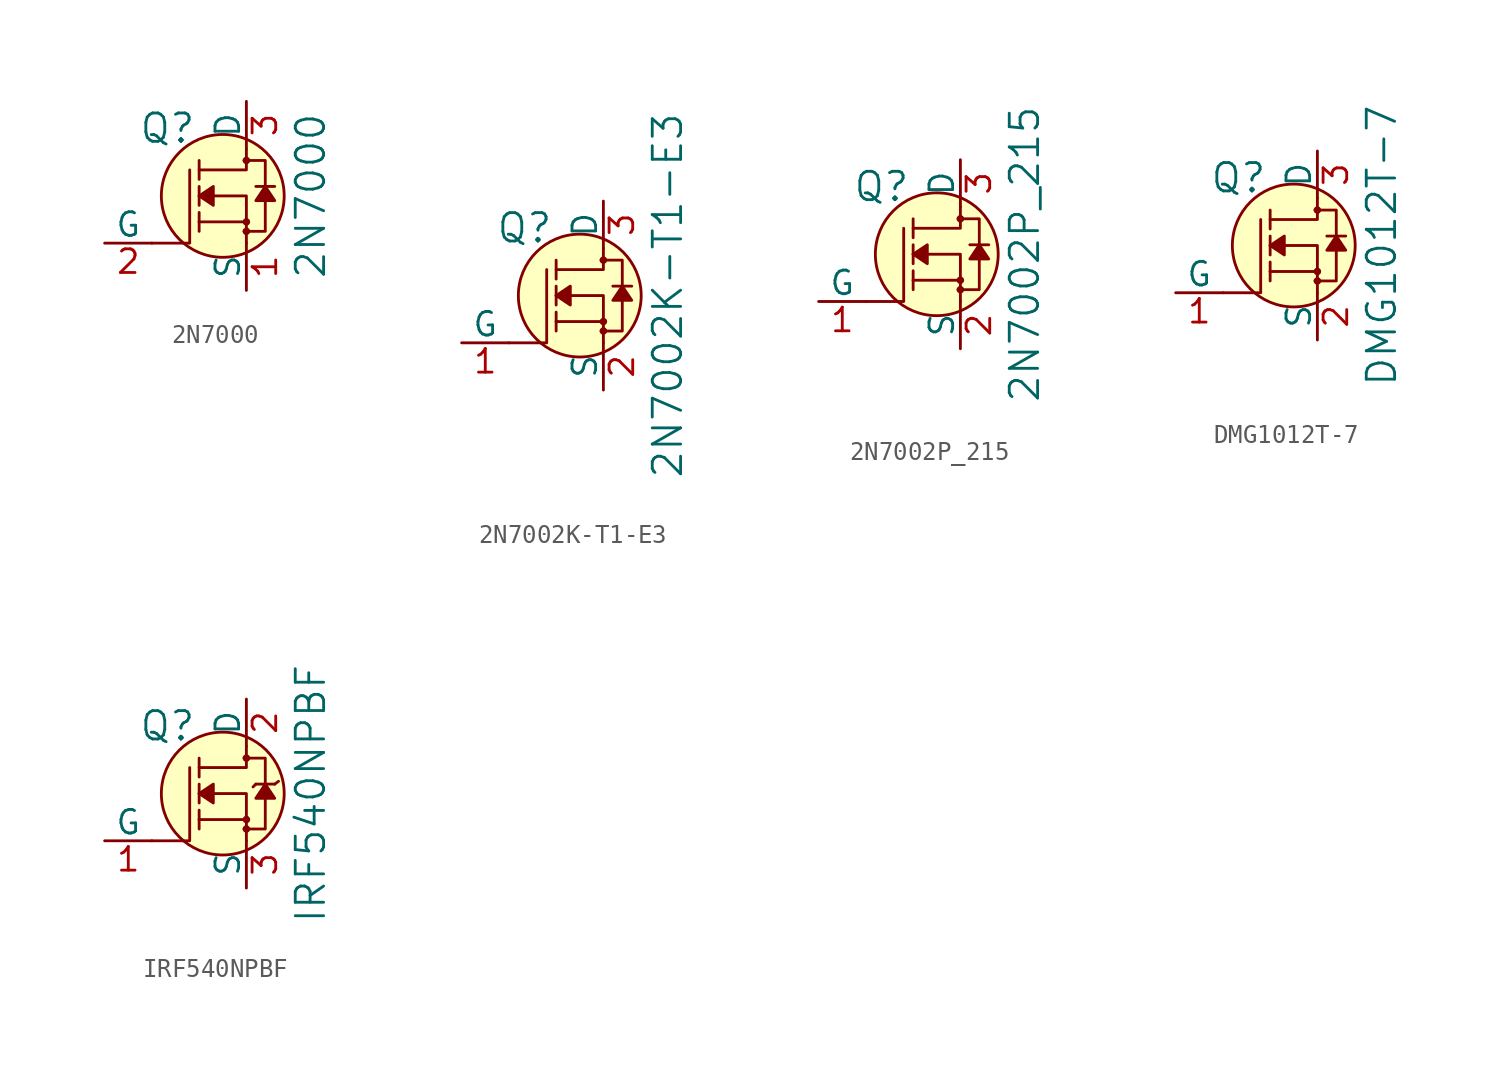
<source format=kicad_sym>
(kicad_symbol_lib
  (version 20211014)
  (generator kicad_symbol_editor)
  (symbol "2N7000"
    (pin_names
      (offset 0))
    (property "Reference" "Q"
      (at -2.692 3.632 0)
      (effects (font (size 1.524 1.524)) (justify right)))
    (property "Value" "2N7000"
      (at 3.454 0 90)
      (effects (font (size 1.524 1.524))))
    (symbol "2N7000_0_1"
      (circle (center -1.27 0) (radius 3.302) (stroke (width 0) (type default) (color 0 0 0 0)) (fill (type background)))
      (circle (center 0 -1.905) (radius 0.127) (stroke (width 0) (type default) (color 0 0 0 0)) (fill (type none)))
      (circle (center 0 -1.397) (radius 0.127) (stroke (width 0) (type default) (color 0 0 0 0)) (fill (type none)))
      (polyline (pts (xy 0 -1.397) (xy -2.54 -1.397)) (stroke (width 0) (type default) (color 0 0 0 0)) (fill (type none)))
      (polyline (pts (xy -5.08 -2.54) (xy -3.048 -2.54) (xy -3.048 1.397)) (stroke (width 0) (type default) (color 0 0 0 0)) (fill (type none)))
      (polyline (pts (xy 0 -2.54) (xy 0 0) (xy -2.54 0)) (stroke (width 0) (type default) (color 0 0 0 0)) (fill (type none)))
      (polyline (pts (xy 0 2.54) (xy 0 1.397) (xy -2.54 1.397)) (stroke (width 0) (type default) (color 0 0 0 0)) (fill (type none)))
      (polyline (pts (xy -0.127 -1.905) (xy 1.016 -1.905) (xy 1.016 1.397) (xy 1.016 1.905) (xy -0.127 1.905)) (stroke (width 0) (type default) (color 0 0 0 0)) (fill (type none)))
      (circle (center 0 1.905) (radius 0.127) (stroke (width 0) (type default) (color 0 0 0 0)) (fill (type none))))
    (symbol "2N7000_1_1"
      (polyline (pts (xy -2.54 -1.397) (xy -2.54 -1.905)) (stroke (width 0) (type default) (color 0 0 0 0)) (fill (type none)))
      (polyline (pts (xy -2.54 -1.397) (xy -2.54 -0.889)) (stroke (width 0) (type default) (color 0 0 0 0)) (fill (type none)))
      (polyline (pts (xy -2.54 0) (xy -2.54 -0.508)) (stroke (width 0) (type default) (color 0 0 0 0)) (fill (type none)))
      (polyline (pts (xy -2.54 0) (xy -2.54 0.508)) (stroke (width 0) (type default) (color 0 0 0 0)) (fill (type none)))
      (polyline (pts (xy -2.54 1.905) (xy -2.54 0.889)) (stroke (width 0) (type default) (color 0 0 0 0)) (fill (type none)))
      (polyline (pts (xy 1.524 0.508) (xy 0.508 0.508)) (stroke (width 0) (type default) (color 0 0 0 0)) (fill (type none)))
      (polyline (pts (xy -2.54 0) (xy -1.778 0.508) (xy -1.778 -0.508) (xy -2.54 0)) (stroke (width 0) (type default) (color 0 0 0 0)) (fill (type outline)))
      (polyline (pts (xy 1.016 0.508) (xy 0.508 -0.254) (xy 1.524 -0.254) (xy 1.016 0.508)) (stroke (width 0) (type default) (color 0 0 0 0)) (fill (type outline)))
      (pin bidirectional line (at 0 -5.08 90) (length 2.54) (name "S" (effects (font (size 1.27 1.27)))) (number "1" (effects (font (size 1.27 1.27)))))
      (pin bidirectional line (at -7.62 -2.54 0) (length 2.54) (name "G" (effects (font (size 1.27 1.27)))) (number "2" (effects (font (size 1.27 1.27)))))
      (pin bidirectional line (at 0 5.08 270) (length 2.54) (name "D" (effects (font (size 1.27 1.27)))) (number "3" (effects (font (size 1.27 1.27)))))))
  (symbol "2N7002K-T1-E3"
    (pin_names
      (offset 0))
    (property "Reference" "Q"
      (at -2.692 3.632 0)
      (effects (font (size 1.524 1.524)) (justify right)))
    (property "Value" "2N7002K-T1-E3"
      (at 3.454 0 90)
      (effects (font (size 1.524 1.524))))
    (symbol "2N7002K-T1-E3_0_1"
      (circle (center -1.27 0) (radius 3.302) (stroke (width 0) (type default) (color 0 0 0 0)) (fill (type background)))
      (circle (center 0 -1.905) (radius 0.127) (stroke (width 0) (type default) (color 0 0 0 0)) (fill (type none)))
      (circle (center 0 -1.397) (radius 0.127) (stroke (width 0) (type default) (color 0 0 0 0)) (fill (type none)))
      (polyline (pts (xy 0 -1.397) (xy -2.54 -1.397)) (stroke (width 0) (type default) (color 0 0 0 0)) (fill (type none)))
      (polyline (pts (xy -5.08 -2.54) (xy -3.048 -2.54) (xy -3.048 1.397)) (stroke (width 0) (type default) (color 0 0 0 0)) (fill (type none)))
      (polyline (pts (xy 0 -2.54) (xy 0 0) (xy -2.54 0)) (stroke (width 0) (type default) (color 0 0 0 0)) (fill (type none)))
      (polyline (pts (xy 0 2.54) (xy 0 1.397) (xy -2.54 1.397)) (stroke (width 0) (type default) (color 0 0 0 0)) (fill (type none)))
      (polyline (pts (xy -0.127 -1.905) (xy 1.016 -1.905) (xy 1.016 1.397) (xy 1.016 1.905) (xy -0.127 1.905)) (stroke (width 0) (type default) (color 0 0 0 0)) (fill (type none)))
      (circle (center 0 1.905) (radius 0.127) (stroke (width 0) (type default) (color 0 0 0 0)) (fill (type none))))
    (symbol "2N7002K-T1-E3_1_1"
      (polyline (pts (xy -2.54 -1.397) (xy -2.54 -1.905)) (stroke (width 0) (type default) (color 0 0 0 0)) (fill (type none)))
      (polyline (pts (xy -2.54 -1.397) (xy -2.54 -0.889)) (stroke (width 0) (type default) (color 0 0 0 0)) (fill (type none)))
      (polyline (pts (xy -2.54 0) (xy -2.54 -0.508)) (stroke (width 0) (type default) (color 0 0 0 0)) (fill (type none)))
      (polyline (pts (xy -2.54 0) (xy -2.54 0.508)) (stroke (width 0) (type default) (color 0 0 0 0)) (fill (type none)))
      (polyline (pts (xy -2.54 1.905) (xy -2.54 0.889)) (stroke (width 0) (type default) (color 0 0 0 0)) (fill (type none)))
      (polyline (pts (xy 1.524 0.508) (xy 0.508 0.508)) (stroke (width 0) (type default) (color 0 0 0 0)) (fill (type none)))
      (polyline (pts (xy -2.54 0) (xy -1.778 0.508) (xy -1.778 -0.508) (xy -2.54 0)) (stroke (width 0) (type default) (color 0 0 0 0)) (fill (type outline)))
      (polyline (pts (xy 1.016 0.508) (xy 0.508 -0.254) (xy 1.524 -0.254) (xy 1.016 0.508)) (stroke (width 0) (type default) (color 0 0 0 0)) (fill (type outline)))
      (pin bidirectional line (at -7.62 -2.54 0) (length 2.54) (name "G" (effects (font (size 1.27 1.27)))) (number "1" (effects (font (size 1.27 1.27)))))
      (pin bidirectional line (at 0 -5.08 90) (length 2.54) (name "S" (effects (font (size 1.27 1.27)))) (number "2" (effects (font (size 1.27 1.27)))))
      (pin bidirectional line (at 0 5.08 270) (length 2.54) (name "D" (effects (font (size 1.27 1.27)))) (number "3" (effects (font (size 1.27 1.27)))))))
  (symbol "2N7002P_215"
    (pin_names
      (offset 0))
    (property "Reference" "Q"
      (at -2.692 3.632 0)
      (effects (font (size 1.524 1.524)) (justify right)))
    (property "Value" "2N7002P_215"
      (at 3.454 0 90)
      (effects (font (size 1.524 1.524))))
    (symbol "2N7002P_215_0_1"
      (circle (center -1.27 0) (radius 3.302) (stroke (width 0) (type default) (color 0 0 0 0)) (fill (type background)))
      (circle (center 0 -1.905) (radius 0.127) (stroke (width 0) (type default) (color 0 0 0 0)) (fill (type none)))
      (circle (center 0 -1.397) (radius 0.127) (stroke (width 0) (type default) (color 0 0 0 0)) (fill (type none)))
      (polyline (pts (xy 0 -1.397) (xy -2.54 -1.397)) (stroke (width 0) (type default) (color 0 0 0 0)) (fill (type none)))
      (polyline (pts (xy -5.08 -2.54) (xy -3.048 -2.54) (xy -3.048 1.397)) (stroke (width 0) (type default) (color 0 0 0 0)) (fill (type none)))
      (polyline (pts (xy 0 -2.54) (xy 0 0) (xy -2.54 0)) (stroke (width 0) (type default) (color 0 0 0 0)) (fill (type none)))
      (polyline (pts (xy 0 2.54) (xy 0 1.397) (xy -2.54 1.397)) (stroke (width 0) (type default) (color 0 0 0 0)) (fill (type none)))
      (polyline (pts (xy -0.127 -1.905) (xy 1.016 -1.905) (xy 1.016 1.397) (xy 1.016 1.905) (xy -0.127 1.905)) (stroke (width 0) (type default) (color 0 0 0 0)) (fill (type none)))
      (circle (center 0 1.905) (radius 0.127) (stroke (width 0) (type default) (color 0 0 0 0)) (fill (type none))))
    (symbol "2N7002P_215_1_1"
      (polyline (pts (xy -2.54 -1.397) (xy -2.54 -1.905)) (stroke (width 0) (type default) (color 0 0 0 0)) (fill (type none)))
      (polyline (pts (xy -2.54 -1.397) (xy -2.54 -0.889)) (stroke (width 0) (type default) (color 0 0 0 0)) (fill (type none)))
      (polyline (pts (xy -2.54 0) (xy -2.54 -0.508)) (stroke (width 0) (type default) (color 0 0 0 0)) (fill (type none)))
      (polyline (pts (xy -2.54 0) (xy -2.54 0.508)) (stroke (width 0) (type default) (color 0 0 0 0)) (fill (type none)))
      (polyline (pts (xy -2.54 1.905) (xy -2.54 0.889)) (stroke (width 0) (type default) (color 0 0 0 0)) (fill (type none)))
      (polyline (pts (xy 1.524 0.508) (xy 0.508 0.508)) (stroke (width 0) (type default) (color 0 0 0 0)) (fill (type none)))
      (polyline (pts (xy -2.54 0) (xy -1.778 0.508) (xy -1.778 -0.508) (xy -2.54 0)) (stroke (width 0) (type default) (color 0 0 0 0)) (fill (type outline)))
      (polyline (pts (xy 1.016 0.508) (xy 0.508 -0.254) (xy 1.524 -0.254) (xy 1.016 0.508)) (stroke (width 0) (type default) (color 0 0 0 0)) (fill (type outline)))
      (pin bidirectional line (at -7.62 -2.54 0) (length 2.54) (name "G" (effects (font (size 1.27 1.27)))) (number "1" (effects (font (size 1.27 1.27)))))
      (pin bidirectional line (at 0 -5.08 90) (length 2.54) (name "S" (effects (font (size 1.27 1.27)))) (number "2" (effects (font (size 1.27 1.27)))))
      (pin bidirectional line (at 0 5.08 270) (length 2.54) (name "D" (effects (font (size 1.27 1.27)))) (number "3" (effects (font (size 1.27 1.27)))))))
  (symbol "DMG1012T-7"
    (pin_names
      (offset 0))
    (property "Reference" "Q"
      (at -2.692 3.632 0)
      (effects (font (size 1.524 1.524)) (justify right)))
    (property "Value" "DMG1012T-7"
      (at 3.454 0 90)
      (effects (font (size 1.524 1.524))))
    (symbol "DMG1012T-7_0_1"
      (circle (center -1.27 0) (radius 3.302) (stroke (width 0) (type default) (color 0 0 0 0)) (fill (type background)))
      (circle (center 0 -1.905) (radius 0.127) (stroke (width 0) (type default) (color 0 0 0 0)) (fill (type none)))
      (circle (center 0 -1.397) (radius 0.127) (stroke (width 0) (type default) (color 0 0 0 0)) (fill (type none)))
      (polyline (pts (xy 0 -1.397) (xy -2.54 -1.397)) (stroke (width 0) (type default) (color 0 0 0 0)) (fill (type none)))
      (polyline (pts (xy -5.08 -2.54) (xy -3.048 -2.54) (xy -3.048 1.397)) (stroke (width 0) (type default) (color 0 0 0 0)) (fill (type none)))
      (polyline (pts (xy 0 -2.54) (xy 0 0) (xy -2.54 0)) (stroke (width 0) (type default) (color 0 0 0 0)) (fill (type none)))
      (polyline (pts (xy 0 2.54) (xy 0 1.397) (xy -2.54 1.397)) (stroke (width 0) (type default) (color 0 0 0 0)) (fill (type none)))
      (polyline (pts (xy -0.127 -1.905) (xy 1.016 -1.905) (xy 1.016 1.397) (xy 1.016 1.905) (xy -0.127 1.905)) (stroke (width 0) (type default) (color 0 0 0 0)) (fill (type none)))
      (circle (center 0 1.905) (radius 0.127) (stroke (width 0) (type default) (color 0 0 0 0)) (fill (type none))))
    (symbol "DMG1012T-7_1_1"
      (polyline (pts (xy -2.54 -1.397) (xy -2.54 -1.905)) (stroke (width 0) (type default) (color 0 0 0 0)) (fill (type none)))
      (polyline (pts (xy -2.54 -1.397) (xy -2.54 -0.889)) (stroke (width 0) (type default) (color 0 0 0 0)) (fill (type none)))
      (polyline (pts (xy -2.54 0) (xy -2.54 -0.508)) (stroke (width 0) (type default) (color 0 0 0 0)) (fill (type none)))
      (polyline (pts (xy -2.54 0) (xy -2.54 0.508)) (stroke (width 0) (type default) (color 0 0 0 0)) (fill (type none)))
      (polyline (pts (xy -2.54 1.905) (xy -2.54 0.889)) (stroke (width 0) (type default) (color 0 0 0 0)) (fill (type none)))
      (polyline (pts (xy 1.524 0.508) (xy 0.508 0.508)) (stroke (width 0) (type default) (color 0 0 0 0)) (fill (type none)))
      (polyline (pts (xy -2.54 0) (xy -1.778 0.508) (xy -1.778 -0.508) (xy -2.54 0)) (stroke (width 0) (type default) (color 0 0 0 0)) (fill (type outline)))
      (polyline (pts (xy 1.016 0.508) (xy 0.508 -0.254) (xy 1.524 -0.254) (xy 1.016 0.508)) (stroke (width 0) (type default) (color 0 0 0 0)) (fill (type outline)))
      (pin bidirectional line (at -7.62 -2.54 0) (length 2.54) (name "G" (effects (font (size 1.27 1.27)))) (number "1" (effects (font (size 1.27 1.27)))))
      (pin bidirectional line (at 0 -5.08 90) (length 2.54) (name "S" (effects (font (size 1.27 1.27)))) (number "2" (effects (font (size 1.27 1.27)))))
      (pin bidirectional line (at 0 5.08 270) (length 2.54) (name "D" (effects (font (size 1.27 1.27)))) (number "3" (effects (font (size 1.27 1.27)))))))
  (symbol "IRF540NPBF"
    (pin_names
      (offset 0))
    (property "Reference" "Q"
      (at -2.692 3.632 0)
      (effects (font (size 1.524 1.524)) (justify right)))
    (property "Value" "IRF540NPBF"
      (at 3.454 0 90)
      (effects (font (size 1.524 1.524))))
    (symbol "IRF540NPBF_0_1"
      (circle (center -1.27 0) (radius 3.302) (stroke (width 0) (type default) (color 0 0 0 0)) (fill (type background)))
      (circle (center 0 -1.905) (radius 0.127) (stroke (width 0) (type default) (color 0 0 0 0)) (fill (type none)))
      (circle (center 0 -1.397) (radius 0.127) (stroke (width 0) (type default) (color 0 0 0 0)) (fill (type none)))
      (polyline (pts (xy 0 -1.397) (xy -2.54 -1.397)) (stroke (width 0) (type default) (color 0 0 0 0)) (fill (type none)))
      (polyline (pts (xy 0.508 0.508) (xy 0.356 0.356)) (stroke (width 0) (type default) (color 0 0 0 0)) (fill (type none)))
      (polyline (pts (xy 1.524 0.508) (xy 1.727 0.66)) (stroke (width 0) (type default) (color 0 0 0 0)) (fill (type none)))
      (polyline (pts (xy -5.08 -2.54) (xy -3.048 -2.54) (xy -3.048 1.397)) (stroke (width 0) (type default) (color 0 0 0 0)) (fill (type none)))
      (polyline (pts (xy 0 -2.54) (xy 0 0) (xy -2.54 0)) (stroke (width 0) (type default) (color 0 0 0 0)) (fill (type none)))
      (polyline (pts (xy 0 2.54) (xy 0 1.397) (xy -2.54 1.397)) (stroke (width 0) (type default) (color 0 0 0 0)) (fill (type none)))
      (polyline (pts (xy -0.127 -1.905) (xy 1.016 -1.905) (xy 1.016 1.397) (xy 1.016 1.905) (xy -0.127 1.905)) (stroke (width 0) (type default) (color 0 0 0 0)) (fill (type none)))
      (circle (center 0 1.905) (radius 0.127) (stroke (width 0) (type default) (color 0 0 0 0)) (fill (type none))))
    (symbol "IRF540NPBF_1_1"
      (polyline (pts (xy -2.54 -1.397) (xy -2.54 -1.905)) (stroke (width 0) (type default) (color 0 0 0 0)) (fill (type none)))
      (polyline (pts (xy -2.54 -1.397) (xy -2.54 -0.889)) (stroke (width 0) (type default) (color 0 0 0 0)) (fill (type none)))
      (polyline (pts (xy -2.54 0) (xy -2.54 -0.508)) (stroke (width 0) (type default) (color 0 0 0 0)) (fill (type none)))
      (polyline (pts (xy -2.54 0) (xy -2.54 0.508)) (stroke (width 0) (type default) (color 0 0 0 0)) (fill (type none)))
      (polyline (pts (xy -2.54 1.905) (xy -2.54 0.889)) (stroke (width 0) (type default) (color 0 0 0 0)) (fill (type none)))
      (polyline (pts (xy 1.524 0.508) (xy 0.508 0.508)) (stroke (width 0) (type default) (color 0 0 0 0)) (fill (type none)))
      (polyline (pts (xy -2.54 0) (xy -1.778 0.508) (xy -1.778 -0.508) (xy -2.54 0)) (stroke (width 0) (type default) (color 0 0 0 0)) (fill (type outline)))
      (polyline (pts (xy 1.016 0.508) (xy 0.508 -0.254) (xy 1.524 -0.254) (xy 1.016 0.508)) (stroke (width 0) (type default) (color 0 0 0 0)) (fill (type outline)))
      (pin bidirectional line (at -7.62 -2.54 0) (length 2.54) (name "G" (effects (font (size 1.27 1.27)))) (number "1" (effects (font (size 1.27 1.27)))))
      (pin bidirectional line (at 0 5.08 270) (length 2.54) (name "D" (effects (font (size 1.27 1.27)))) (number "2" (effects (font (size 1.27 1.27)))))
      (pin bidirectional line (at 0 -5.08 90) (length 2.54) (name "S" (effects (font (size 1.27 1.27)))) (number "3" (effects (font (size 1.27 1.27))))))))
</source>
